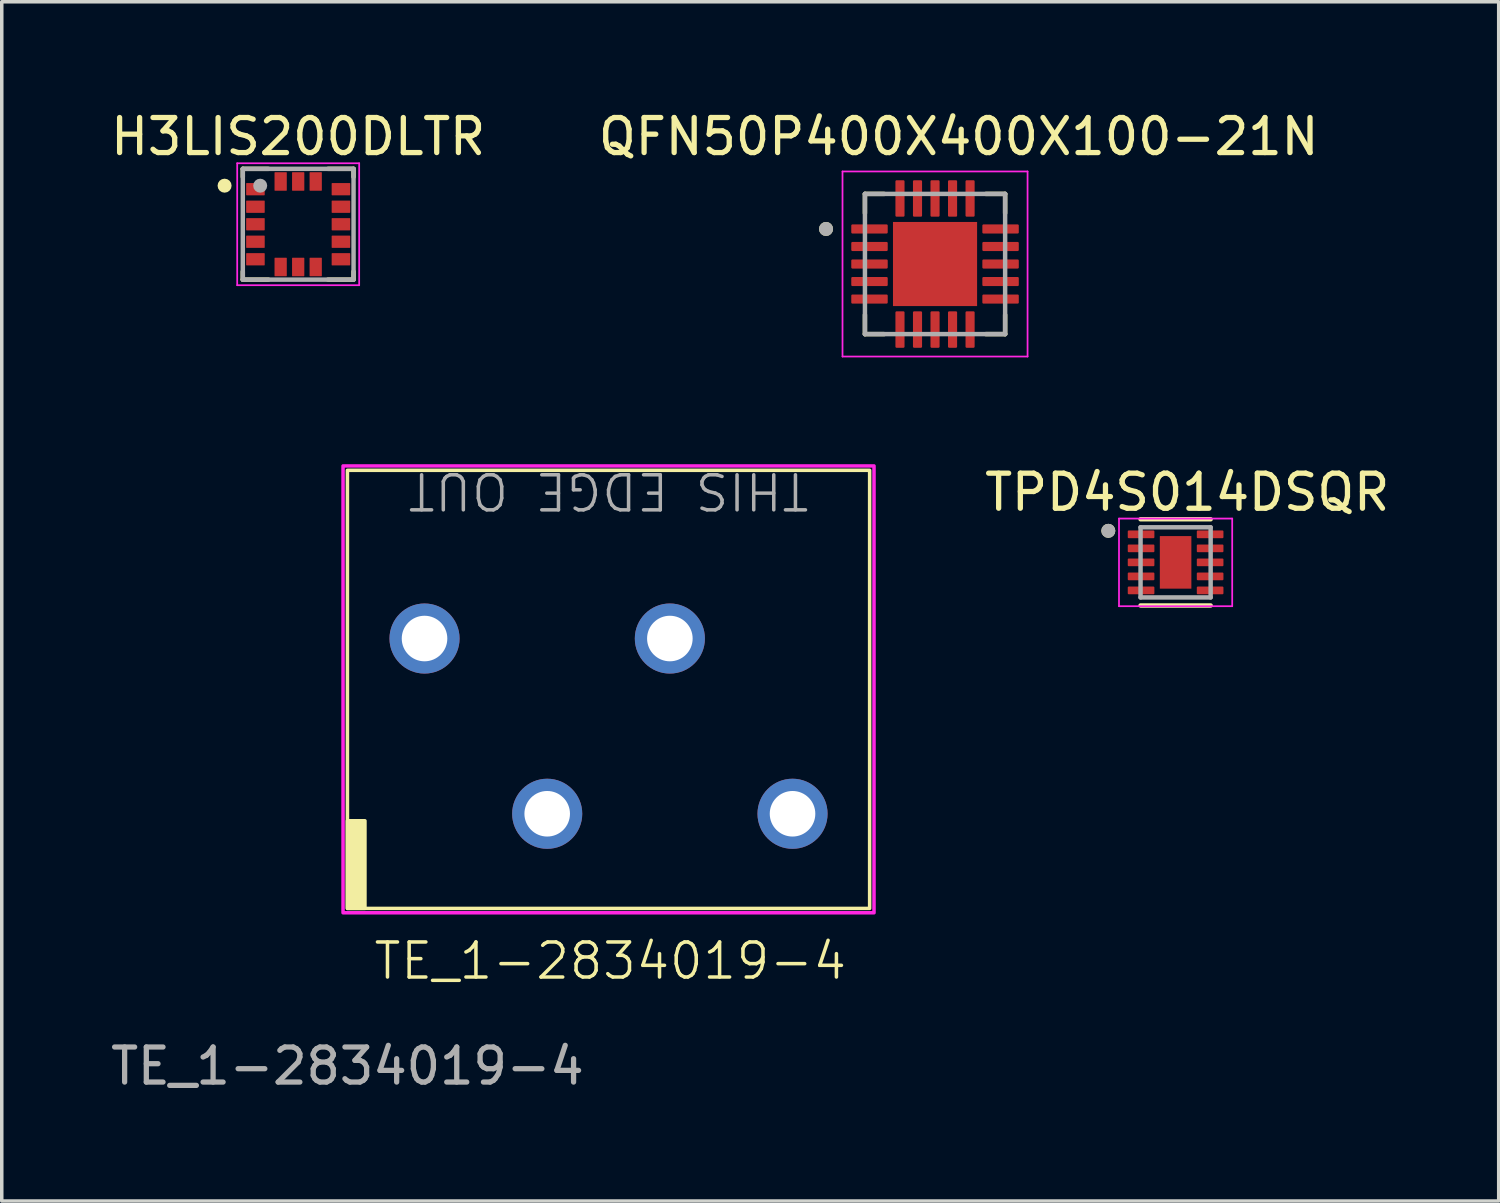
<source format=kicad_pcb>
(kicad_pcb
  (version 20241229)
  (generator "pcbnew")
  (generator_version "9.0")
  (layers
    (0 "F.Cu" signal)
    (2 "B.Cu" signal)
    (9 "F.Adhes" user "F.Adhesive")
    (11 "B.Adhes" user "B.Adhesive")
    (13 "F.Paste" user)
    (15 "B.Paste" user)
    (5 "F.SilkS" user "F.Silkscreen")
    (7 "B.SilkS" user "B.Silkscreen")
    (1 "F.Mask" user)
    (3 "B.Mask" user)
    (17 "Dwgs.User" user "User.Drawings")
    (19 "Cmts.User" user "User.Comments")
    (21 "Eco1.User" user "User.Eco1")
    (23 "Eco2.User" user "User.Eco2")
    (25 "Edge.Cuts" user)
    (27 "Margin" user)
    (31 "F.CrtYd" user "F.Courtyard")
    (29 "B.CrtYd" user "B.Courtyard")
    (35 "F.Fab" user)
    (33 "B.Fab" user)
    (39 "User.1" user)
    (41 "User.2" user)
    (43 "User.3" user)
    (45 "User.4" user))
  (footprint "QFN50P400X400X100-21N"
    (layer "F.Cu")
    (at 23.629 4.483)
    (property "Reference" "QFN50P400X400X100-21N" (at 0.675 -3.635 0) (layer "F.SilkS") (effects (font (size 1 1) (thickness 0.15))))
    (attr smd)
    (fp_line (start -2 -2) (end -2 -1.45) (stroke (width 0.127) (type solid)) (layer "F.SilkS"))
    (fp_line (start -2 -2) (end -1.45 -2) (stroke (width 0.127) (type solid)) (layer "F.SilkS"))
    (fp_line (start -2 2) (end -2 1.45) (stroke (width 0.127) (type solid)) (layer "F.SilkS"))
    (fp_line (start -2 2) (end -1.45 2) (stroke (width 0.127) (type solid)) (layer "F.SilkS"))
    (fp_line (start 2 -2) (end 1.45 -2) (stroke (width 0.127) (type solid)) (layer "F.SilkS"))
    (fp_line (start 2 -2) (end 2 -1.45) (stroke (width 0.127) (type solid)) (layer "F.SilkS"))
    (fp_line (start 2 2) (end 1.45 2) (stroke (width 0.127) (type solid)) (layer "F.SilkS"))
    (fp_line (start 2 2) (end 2 1.45) (stroke (width 0.127) (type solid)) (layer "F.SilkS"))
    (fp_circle (center -3.11 -1) (end -3.01 -1) (stroke (width 0.2) (type solid)) (fill no) (layer "F.SilkS"))
    (fp_poly (pts (xy -0.76 -0.76) (xy 0.76 -0.76) (xy 0.76 0.76) (xy -0.76 0.76)) (stroke (width 0.01) (type solid)) (fill yes) (layer "F.Paste"))
    (fp_line (start -2.64 -2.64) (end 2.64 -2.64) (stroke (width 0.05) (type solid)) (layer "F.CrtYd"))
    (fp_line (start -2.64 2.64) (end -2.64 -2.64) (stroke (width 0.05) (type solid)) (layer "F.CrtYd"))
    (fp_line (start -2.64 2.64) (end 2.64 2.64) (stroke (width 0.05) (type solid)) (layer "F.CrtYd"))
    (fp_line (start 2.64 2.64) (end 2.64 -2.64) (stroke (width 0.05) (type solid)) (layer "F.CrtYd"))
    (fp_line (start -2 2) (end -2 -2) (stroke (width 0.127) (type solid)) (layer "F.Fab"))
    (fp_line (start 2 -2) (end -2 -2) (stroke (width 0.127) (type solid)) (layer "F.Fab"))
    (fp_line (start 2 2) (end -2 2) (stroke (width 0.127) (type solid)) (layer "F.Fab"))
    (fp_line (start 2 2) (end 2 -2) (stroke (width 0.127) (type solid)) (layer "F.Fab"))
    (fp_circle (center -3.11 -1) (end -3.01 -1) (stroke (width 0.2) (type solid)) (fill no) (layer "F.Fab"))
    (pad "1" smd roundrect (at -1.87 -1) (size 1.04 0.26) (layers "F.Cu" "F.Mask" "F.Paste") (roundrect_rratio 0.125))
    (pad "2" smd roundrect (at -1.87 -0.5) (size 1.04 0.26) (layers "F.Cu" "F.Mask" "F.Paste") (roundrect_rratio 0.125))
    (pad "3" smd roundrect (at -1.87 0) (size 1.04 0.26) (layers "F.Cu" "F.Mask" "F.Paste") (roundrect_rratio 0.125))
    (pad "4" smd roundrect (at -1.87 0.5) (size 1.04 0.26) (layers "F.Cu" "F.Mask" "F.Paste") (roundrect_rratio 0.125))
    (pad "5" smd roundrect (at -1.87 1) (size 1.04 0.26) (layers "F.Cu" "F.Mask" "F.Paste") (roundrect_rratio 0.125))
    (pad "6" smd roundrect (at -1 1.87 90) (size 1.04 0.26) (layers "F.Cu" "F.Mask" "F.Paste") (roundrect_rratio 0.125))
    (pad "7" smd roundrect (at -0.5 1.87 90) (size 1.04 0.26) (layers "F.Cu" "F.Mask" "F.Paste") (roundrect_rratio 0.125))
    (pad "8" smd roundrect (at 0 1.87 90) (size 1.04 0.26) (layers "F.Cu" "F.Mask" "F.Paste") (roundrect_rratio 0.125))
    (pad "9" smd roundrect (at 0.5 1.87 90) (size 1.04 0.26) (layers "F.Cu" "F.Mask" "F.Paste") (roundrect_rratio 0.125))
    (pad "10" smd roundrect (at 1 1.87 90) (size 1.04 0.26) (layers "F.Cu" "F.Mask" "F.Paste") (roundrect_rratio 0.125))
    (pad "11" smd roundrect (at 1.87 1) (size 1.04 0.26) (layers "F.Cu" "F.Mask" "F.Paste") (roundrect_rratio 0.125))
    (pad "12" smd roundrect (at 1.87 0.5) (size 1.04 0.26) (layers "F.Cu" "F.Mask" "F.Paste") (roundrect_rratio 0.125))
    (pad "13" smd roundrect (at 1.87 0) (size 1.04 0.26) (layers "F.Cu" "F.Mask" "F.Paste") (roundrect_rratio 0.125))
    (pad "14" smd roundrect (at 1.87 -0.5) (size 1.04 0.26) (layers "F.Cu" "F.Mask" "F.Paste") (roundrect_rratio 0.125))
    (pad "15" smd roundrect (at 1.87 -1) (size 1.04 0.26) (layers "F.Cu" "F.Mask" "F.Paste") (roundrect_rratio 0.125))
    (pad "16" smd roundrect (at 1 -1.87 90) (size 1.04 0.26) (layers "F.Cu" "F.Mask" "F.Paste") (roundrect_rratio 0.125))
    (pad "17" smd roundrect (at 0.5 -1.87 90) (size 1.04 0.26) (layers "F.Cu" "F.Mask" "F.Paste") (roundrect_rratio 0.125))
    (pad "18" smd roundrect (at 0 -1.87 90) (size 1.04 0.26) (layers "F.Cu" "F.Mask" "F.Paste") (roundrect_rratio 0.125))
    (pad "19" smd roundrect (at -0.5 -1.87 90) (size 1.04 0.26) (layers "F.Cu" "F.Mask" "F.Paste") (roundrect_rratio 0.125))
    (pad "20" smd roundrect (at -1 -1.87 90) (size 1.04 0.26) (layers "F.Cu" "F.Mask" "F.Paste") (roundrect_rratio 0.125))
    (pad "21" smd rect (at 0 0) (size 2.4 2.4) (layers "F.Cu" "F.Mask")))
  (footprint "TE_1-2834019-4"
    (layer "F.Cu")
    (at 6.863 22.869)
    (property "Reference" "TE_1-2834019-4" (at 7.5 1.5 0) (unlocked yes) (layer "F.SilkS") (effects (font (size 1 1) (thickness 0.1))))
    (attr through_hole)
    (fp_rect (start 0 -12.5) (end 14.9 0) (stroke (width 0.1) (type default)) (fill no) (layer "F.SilkS"))
    (fp_rect (start 0 -2.5) (end 0.5 0) (stroke (width 0.1) (type solid)) (fill yes) (layer "F.SilkS"))
    (fp_rect (start -0.125 -12.625) (end 15.025 0.125) (stroke (width 0.1) (type default)) (fill no) (layer "F.CrtYd"))
    (fp_text user "THIS EDGE OUT" (at 7.45 -12.5 180) (unlocked yes) (layer "F.Fab") (effects (font (size 1 1) (thickness 0.1)) (justify bottom)))
    (fp_text user "${REFERENCE}" (at 0 4.5 0) (unlocked yes) (layer "F.Fab") (effects (font (size 1 1) (thickness 0.15))))
    (pad "1" thru_hole circle (at 2.2 -7.7) (size 2 2) (drill 1.3) (layers "*.Cu" "*.Mask"))
    (pad "2" thru_hole circle (at 5.7 -2.7) (size 2 2) (drill 1.3) (layers "*.Cu" "*.Mask"))
    (pad "3" thru_hole circle (at 9.2 -7.7) (size 2 2) (drill 1.3) (layers "*.Cu" "*.Mask"))
    (pad "4" thru_hole circle (at 12.7 -2.7) (size 2 2) (drill 1.3) (layers "*.Cu" "*.Mask")))
  (footprint "H3LIS200DLTR"
    (layer "F.Cu")
    (at 5.458 3.348)
    (property "Reference" "H3LIS200DLTR" (at 0 -2.5 0) (layer "F.SilkS") (effects (font (size 1 1) (thickness 0.15))))
    (attr smd)
    (fp_line (start -1.58 -1.58) (end -0.85 -1.58) (stroke (width 0.127) (type solid)) (layer "F.SilkS"))
    (fp_line (start -1.58 -1.35) (end -1.58 -1.58) (stroke (width 0.127) (type solid)) (layer "F.SilkS"))
    (fp_line (start -1.58 1.35) (end -1.58 1.58) (stroke (width 0.127) (type solid)) (layer "F.SilkS"))
    (fp_line (start -1.58 1.58) (end -0.85 1.58) (stroke (width 0.127) (type solid)) (layer "F.SilkS"))
    (fp_line (start 0.85 -1.58) (end 1.58 -1.58) (stroke (width 0.127) (type solid)) (layer "F.SilkS"))
    (fp_line (start 0.85 1.58) (end 1.58 1.58) (stroke (width 0.127) (type solid)) (layer "F.SilkS"))
    (fp_line (start 1.58 -1.58) (end 1.58 -1.35) (stroke (width 0.127) (type solid)) (layer "F.SilkS"))
    (fp_line (start 1.58 1.58) (end 1.58 1.35) (stroke (width 0.127) (type solid)) (layer "F.SilkS"))
    (fp_circle (center -2.1 -1.1) (end -2 -1.1) (stroke (width 0.2) (type solid)) (fill no) (layer "F.SilkS"))
    (fp_line (start -1.74 -1.74) (end 1.74 -1.74) (stroke (width 0.05) (type solid)) (layer "F.CrtYd"))
    (fp_line (start -1.74 1.74) (end -1.74 -1.74) (stroke (width 0.05) (type solid)) (layer "F.CrtYd"))
    (fp_line (start 1.74 -1.74) (end 1.74 1.74) (stroke (width 0.05) (type solid)) (layer "F.CrtYd"))
    (fp_line (start 1.74 1.74) (end -1.74 1.74) (stroke (width 0.05) (type solid)) (layer "F.CrtYd"))
    (fp_line (start -1.58 -1.58) (end 1.58 -1.58) (stroke (width 0.127) (type solid)) (layer "F.Fab"))
    (fp_line (start -1.58 1.58) (end -1.58 -1.58) (stroke (width 0.127) (type solid)) (layer "F.Fab"))
    (fp_line (start 1.58 -1.58) (end 1.58 1.58) (stroke (width 0.127) (type solid)) (layer "F.Fab"))
    (fp_line (start 1.58 1.58) (end -1.58 1.58) (stroke (width 0.127) (type solid)) (layer "F.Fab"))
    (fp_circle (center -1.084 -1.1) (end -0.984 -1.1) (stroke (width 0.2) (type solid)) (fill no) (layer "F.Fab"))
    (pad "1" smd roundrect (at -1.22 -1) (size 0.53 0.35) (layers "F.Cu" "F.Mask" "F.Paste") (roundrect_rratio 0.045))
    (pad "2" smd roundrect (at -1.22 -0.5) (size 0.53 0.35) (layers "F.Cu" "F.Mask" "F.Paste") (roundrect_rratio 0.045))
    (pad "3" smd roundrect (at -1.22 0) (size 0.53 0.35) (layers "F.Cu" "F.Mask" "F.Paste") (roundrect_rratio 0.045))
    (pad "4" smd roundrect (at -1.22 0.5) (size 0.53 0.35) (layers "F.Cu" "F.Mask" "F.Paste") (roundrect_rratio 0.045))
    (pad "5" smd roundrect (at -1.22 1) (size 0.53 0.35) (layers "F.Cu" "F.Mask" "F.Paste") (roundrect_rratio 0.045))
    (pad "6" smd roundrect (at -0.5 1.22 90) (size 0.53 0.35) (layers "F.Cu" "F.Mask" "F.Paste") (roundrect_rratio 0.045))
    (pad "7" smd roundrect (at 0 1.22 90) (size 0.53 0.35) (layers "F.Cu" "F.Mask" "F.Paste") (roundrect_rratio 0.045))
    (pad "8" smd roundrect (at 0.5 1.22 90) (size 0.53 0.35) (layers "F.Cu" "F.Mask" "F.Paste") (roundrect_rratio 0.045))
    (pad "9" smd roundrect (at 1.22 1 180) (size 0.53 0.35) (layers "F.Cu" "F.Mask" "F.Paste") (roundrect_rratio 0.045))
    (pad "10" smd roundrect (at 1.22 0.5 180) (size 0.53 0.35) (layers "F.Cu" "F.Mask" "F.Paste") (roundrect_rratio 0.045))
    (pad "11" smd roundrect (at 1.22 0 180) (size 0.53 0.35) (layers "F.Cu" "F.Mask" "F.Paste") (roundrect_rratio 0.045))
    (pad "12" smd roundrect (at 1.22 -0.5 180) (size 0.53 0.35) (layers "F.Cu" "F.Mask" "F.Paste") (roundrect_rratio 0.045))
    (pad "13" smd roundrect (at 1.22 -1 180) (size 0.53 0.35) (layers "F.Cu" "F.Mask" "F.Paste") (roundrect_rratio 0.045))
    (pad "14" smd roundrect (at 0.5 -1.22 270) (size 0.53 0.35) (layers "F.Cu" "F.Mask" "F.Paste") (roundrect_rratio 0.045))
    (pad "15" smd roundrect (at 0 -1.22 270) (size 0.53 0.35) (layers "F.Cu" "F.Mask" "F.Paste") (roundrect_rratio 0.045))
    (pad "16" smd roundrect (at -0.5 -1.22 270) (size 0.53 0.35) (layers "F.Cu" "F.Mask" "F.Paste") (roundrect_rratio 0.045)))
  (footprint "TPD4S014DSQR"
    (layer "F.Cu")
    (at 30.493 12.996)
    (property "Reference" "TPD4S014DSQR" (at 0.332 -2 0) (layer "F.SilkS") (effects (font (size 1 1) (thickness 0.15))))
    (attr smd)
    (fp_line (start -1 -1.23) (end 1 -1.23) (stroke (width 0.127) (type solid)) (layer "F.SilkS"))
    (fp_line (start -1 1.23) (end 1 1.23) (stroke (width 0.127) (type solid)) (layer "F.SilkS"))
    (fp_circle (center -1.92 -0.9) (end -1.82 -0.9) (stroke (width 0.2) (type solid)) (fill no) (layer "F.SilkS"))
    (fp_poly (pts (xy -0.285 -0.474) (xy 0.285 -0.474) (xy 0.285 0.474) (xy -0.285 0.474)) (stroke (width 0.01) (type solid)) (fill yes) (layer "F.Paste"))
    (fp_line (start -1.615 -1.25) (end -1.615 1.25) (stroke (width 0.05) (type solid)) (layer "F.CrtYd"))
    (fp_line (start -1.615 -1.25) (end 1.615 -1.25) (stroke (width 0.05) (type solid)) (layer "F.CrtYd"))
    (fp_line (start -1.615 1.25) (end 1.615 1.25) (stroke (width 0.05) (type solid)) (layer "F.CrtYd"))
    (fp_line (start 1.615 -1.25) (end 1.615 1.25) (stroke (width 0.05) (type solid)) (layer "F.CrtYd"))
    (fp_line (start -1 -1) (end -1 1) (stroke (width 0.127) (type solid)) (layer "F.Fab"))
    (fp_line (start -1 -1) (end 1 -1) (stroke (width 0.127) (type solid)) (layer "F.Fab"))
    (fp_line (start -1 1) (end 1 1) (stroke (width 0.127) (type solid)) (layer "F.Fab"))
    (fp_line (start 1 -1) (end 1 1) (stroke (width 0.127) (type solid)) (layer "F.Fab"))
    (fp_circle (center -1.92 -0.9) (end -1.82 -0.9) (stroke (width 0.2) (type solid)) (fill no) (layer "F.Fab"))
    (pad "1" smd roundrect (at -0.985 -0.8) (size 0.76 0.22) (layers "F.Cu" "F.Mask" "F.Paste") (roundrect_rratio 0.125))
    (pad "2" smd roundrect (at -0.985 -0.4) (size 0.76 0.22) (layers "F.Cu" "F.Mask" "F.Paste") (roundrect_rratio 0.125))
    (pad "3" smd roundrect (at -0.985 0) (size 0.76 0.22) (layers "F.Cu" "F.Mask" "F.Paste") (roundrect_rratio 0.125))
    (pad "4" smd roundrect (at -0.985 0.4) (size 0.76 0.22) (layers "F.Cu" "F.Mask" "F.Paste") (roundrect_rratio 0.125))
    (pad "5" smd roundrect (at -0.985 0.8) (size 0.76 0.22) (layers "F.Cu" "F.Mask" "F.Paste") (roundrect_rratio 0.125))
    (pad "6" smd roundrect (at 0.985 0.8) (size 0.76 0.22) (layers "F.Cu" "F.Mask" "F.Paste") (roundrect_rratio 0.125))
    (pad "7" smd roundrect (at 0.985 0.4) (size 0.76 0.22) (layers "F.Cu" "F.Mask" "F.Paste") (roundrect_rratio 0.125))
    (pad "8" smd roundrect (at 0.985 0) (size 0.76 0.22) (layers "F.Cu" "F.Mask" "F.Paste") (roundrect_rratio 0.125))
    (pad "9" smd roundrect (at 0.985 -0.4) (size 0.76 0.22) (layers "F.Cu" "F.Mask" "F.Paste") (roundrect_rratio 0.125))
    (pad "10" smd roundrect (at 0.985 -0.8) (size 0.76 0.22) (layers "F.Cu" "F.Mask" "F.Paste") (roundrect_rratio 0.125))
    (pad "11" smd rect (at 0 0) (size 0.9 1.5) (layers "F.Cu" "F.Mask")))
  (gr_rect
    (start -3 -3)
    (end 39.712 31.218)
    (stroke (width 0.1) (type default))
    (fill no)
    (layer "Edge.Cuts")))
</source>
